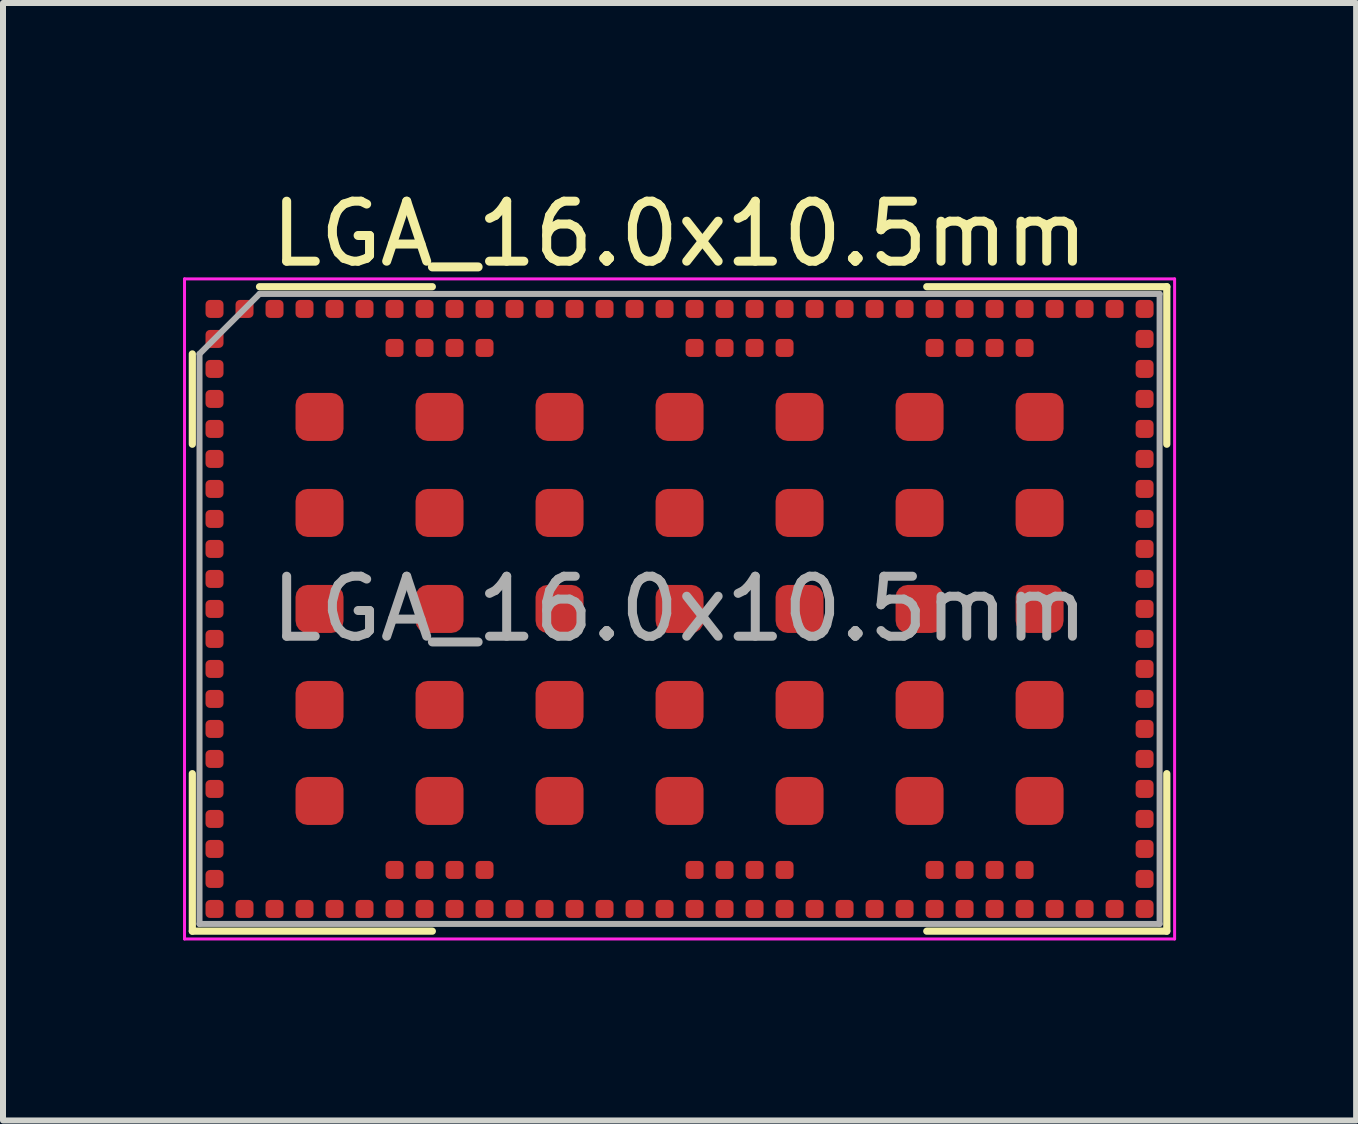
<source format=kicad_pcb>
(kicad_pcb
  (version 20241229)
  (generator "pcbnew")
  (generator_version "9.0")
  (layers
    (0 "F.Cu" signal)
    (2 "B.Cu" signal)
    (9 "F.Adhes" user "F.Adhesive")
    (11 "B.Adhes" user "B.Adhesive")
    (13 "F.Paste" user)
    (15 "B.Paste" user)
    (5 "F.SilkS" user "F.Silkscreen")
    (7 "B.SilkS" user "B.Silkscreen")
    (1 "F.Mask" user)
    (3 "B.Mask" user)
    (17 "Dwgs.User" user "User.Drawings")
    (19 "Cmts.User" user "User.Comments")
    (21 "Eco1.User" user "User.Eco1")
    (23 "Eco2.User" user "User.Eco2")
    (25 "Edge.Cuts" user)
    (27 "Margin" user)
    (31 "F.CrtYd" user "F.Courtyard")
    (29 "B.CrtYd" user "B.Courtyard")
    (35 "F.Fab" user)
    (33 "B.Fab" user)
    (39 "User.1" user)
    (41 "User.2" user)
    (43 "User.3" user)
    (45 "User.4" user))
  (footprint "LGA_16.0x10.5mm"
    (layer "F.Cu")
    (at 8.275 7.098)
    (property "Reference" "LGA_16.0x10.5mm" (at 0 -6.25 0) (layer "F.SilkS") (effects (font (size 1 1) (thickness 0.15))))
    (attr smd)
    (fp_line (start -8.12 -4.25) (end -8.12 -2.745) (stroke (width 0.12) (type default)) (layer "F.SilkS"))
    (fp_line (start -8.12 5.37) (end -8.12 2.745) (stroke (width 0.12) (type default)) (layer "F.SilkS"))
    (fp_line (start -4.12 -5.37) (end -7 -5.37) (stroke (width 0.12) (type default)) (layer "F.SilkS"))
    (fp_line (start -4.12 5.37) (end -8.12 5.37) (stroke (width 0.12) (type default)) (layer "F.SilkS"))
    (fp_line (start 4.12 -5.37) (end 8.12 -5.37) (stroke (width 0.12) (type default)) (layer "F.SilkS"))
    (fp_line (start 4.12 5.37) (end 8.12 5.37) (stroke (width 0.12) (type default)) (layer "F.SilkS"))
    (fp_line (start 8.12 -5.37) (end 8.12 -2.745) (stroke (width 0.12) (type default)) (layer "F.SilkS"))
    (fp_line (start 8.12 5.37) (end 8.12 2.745) (stroke (width 0.12) (type default)) (layer "F.SilkS"))
    (fp_line (start -8.25 -5.5) (end 8.25 -5.5) (stroke (width 0.05) (type default)) (layer "F.CrtYd"))
    (fp_line (start -8.25 5.5) (end -8.25 -5.5) (stroke (width 0.05) (type default)) (layer "F.CrtYd"))
    (fp_line (start 8.25 -5.5) (end 8.25 5.5) (stroke (width 0.05) (type default)) (layer "F.CrtYd"))
    (fp_line (start 8.25 5.5) (end -8.25 5.5) (stroke (width 0.05) (type default)) (layer "F.CrtYd"))
    (fp_line (start -8 -4.25) (end -8 5.25) (stroke (width 0.1) (type default)) (layer "F.Fab"))
    (fp_line (start -8 5.25) (end 8 5.25) (stroke (width 0.1) (type default)) (layer "F.Fab"))
    (fp_line (start -7 -5.25) (end -8 -4.25) (stroke (width 0.1) (type default)) (layer "F.Fab"))
    (fp_line (start 8 -5.25) (end -7 -5.25) (stroke (width 0.1) (type default)) (layer "F.Fab"))
    (fp_line (start 8 5.25) (end 8 -5.25) (stroke (width 0.1) (type default)) (layer "F.Fab"))
    (fp_text user "${REFERENCE}" (at 0 0 0) (layer "F.Fab") (effects (font (size 1 1) (thickness 0.15))))
    (pad "1" smd roundrect (at -7.75 -5) (size 0.3 0.3) (layers "F.Cu" "F.Mask" "F.Paste") (roundrect_rratio 0.25))
    (pad "2" smd roundrect (at -7.75 -4.5) (size 0.3 0.3) (layers "F.Cu" "F.Mask" "F.Paste") (roundrect_rratio 0.25))
    (pad "3" smd roundrect (at -7.75 -4) (size 0.3 0.3) (layers "F.Cu" "F.Mask" "F.Paste") (roundrect_rratio 0.25))
    (pad "4" smd roundrect (at -7.75 -3.5) (size 0.3 0.3) (layers "F.Cu" "F.Mask" "F.Paste") (roundrect_rratio 0.25))
    (pad "5" smd roundrect (at -7.75 -3) (size 0.3 0.3) (layers "F.Cu" "F.Mask" "F.Paste") (roundrect_rratio 0.25))
    (pad "6" smd roundrect (at -7.75 -2.5) (size 0.3 0.3) (layers "F.Cu" "F.Mask" "F.Paste") (roundrect_rratio 0.25))
    (pad "7" smd roundrect (at -7.75 -2) (size 0.3 0.3) (layers "F.Cu" "F.Mask" "F.Paste") (roundrect_rratio 0.25))
    (pad "8" smd roundrect (at -7.75 -1.5) (size 0.3 0.3) (layers "F.Cu" "F.Mask" "F.Paste") (roundrect_rratio 0.25))
    (pad "9" smd roundrect (at -7.75 -1) (size 0.3 0.3) (layers "F.Cu" "F.Mask" "F.Paste") (roundrect_rratio 0.25))
    (pad "10" smd roundrect (at -7.75 -0.5) (size 0.3 0.3) (layers "F.Cu" "F.Mask" "F.Paste") (roundrect_rratio 0.25))
    (pad "11" smd roundrect (at -7.75 0) (size 0.3 0.3) (layers "F.Cu" "F.Mask" "F.Paste") (roundrect_rratio 0.25))
    (pad "12" smd roundrect (at -7.75 0.5) (size 0.3 0.3) (layers "F.Cu" "F.Mask" "F.Paste") (roundrect_rratio 0.25))
    (pad "13" smd roundrect (at -7.75 1) (size 0.3 0.3) (layers "F.Cu" "F.Mask" "F.Paste") (roundrect_rratio 0.25))
    (pad "14" smd roundrect (at -7.75 1.5) (size 0.3 0.3) (layers "F.Cu" "F.Mask" "F.Paste") (roundrect_rratio 0.25))
    (pad "15" smd roundrect (at -7.75 2) (size 0.3 0.3) (layers "F.Cu" "F.Mask" "F.Paste") (roundrect_rratio 0.25))
    (pad "16" smd roundrect (at -7.75 2.5) (size 0.3 0.3) (layers "F.Cu" "F.Mask" "F.Paste") (roundrect_rratio 0.25))
    (pad "17" smd roundrect (at -7.75 3) (size 0.3 0.3) (layers "F.Cu" "F.Mask" "F.Paste") (roundrect_rratio 0.25))
    (pad "18" smd roundrect (at -7.75 3.5) (size 0.3 0.3) (layers "F.Cu" "F.Mask" "F.Paste") (roundrect_rratio 0.25))
    (pad "19" smd roundrect (at -7.75 4) (size 0.3 0.3) (layers "F.Cu" "F.Mask" "F.Paste") (roundrect_rratio 0.25))
    (pad "20" smd roundrect (at -7.75 4.5) (size 0.3 0.3) (layers "F.Cu" "F.Mask" "F.Paste") (roundrect_rratio 0.25))
    (pad "21" smd roundrect (at -7.75 5) (size 0.3 0.3) (layers "F.Cu" "F.Mask" "F.Paste") (roundrect_rratio 0.25))
    (pad "22" smd roundrect (at -7.25 5) (size 0.3 0.3) (layers "F.Cu" "F.Mask" "F.Paste") (roundrect_rratio 0.25))
    (pad "23" smd roundrect (at -6.75 5) (size 0.3 0.3) (layers "F.Cu" "F.Mask" "F.Paste") (roundrect_rratio 0.25))
    (pad "24" smd roundrect (at -6.25 5) (size 0.3 0.3) (layers "F.Cu" "F.Mask" "F.Paste") (roundrect_rratio 0.25))
    (pad "25" smd roundrect (at -5.75 5) (size 0.3 0.3) (layers "F.Cu" "F.Mask" "F.Paste") (roundrect_rratio 0.25))
    (pad "26" smd roundrect (at -5.25 5) (size 0.3 0.3) (layers "F.Cu" "F.Mask" "F.Paste") (roundrect_rratio 0.25))
    (pad "27" smd roundrect (at -4.75 5) (size 0.3 0.3) (layers "F.Cu" "F.Mask" "F.Paste") (roundrect_rratio 0.25))
    (pad "28" smd roundrect (at -4.25 5) (size 0.3 0.3) (layers "F.Cu" "F.Mask" "F.Paste") (roundrect_rratio 0.25))
    (pad "29" smd roundrect (at -3.75 5) (size 0.3 0.3) (layers "F.Cu" "F.Mask" "F.Paste") (roundrect_rratio 0.25))
    (pad "30" smd roundrect (at -3.25 5) (size 0.3 0.3) (layers "F.Cu" "F.Mask" "F.Paste") (roundrect_rratio 0.25))
    (pad "31" smd roundrect (at -2.75 5) (size 0.3 0.3) (layers "F.Cu" "F.Mask" "F.Paste") (roundrect_rratio 0.25))
    (pad "32" smd roundrect (at -2.25 5) (size 0.3 0.3) (layers "F.Cu" "F.Mask" "F.Paste") (roundrect_rratio 0.25))
    (pad "33" smd roundrect (at -1.75 5) (size 0.3 0.3) (layers "F.Cu" "F.Mask" "F.Paste") (roundrect_rratio 0.25))
    (pad "34" smd roundrect (at -1.25 5) (size 0.3 0.3) (layers "F.Cu" "F.Mask" "F.Paste") (roundrect_rratio 0.25))
    (pad "35" smd roundrect (at -0.75 5) (size 0.3 0.3) (layers "F.Cu" "F.Mask" "F.Paste") (roundrect_rratio 0.25))
    (pad "36" smd roundrect (at -0.25 5) (size 0.3 0.3) (layers "F.Cu" "F.Mask" "F.Paste") (roundrect_rratio 0.25))
    (pad "37" smd roundrect (at 0.25 5) (size 0.3 0.3) (layers "F.Cu" "F.Mask" "F.Paste") (roundrect_rratio 0.25))
    (pad "38" smd roundrect (at 0.75 5) (size 0.3 0.3) (layers "F.Cu" "F.Mask" "F.Paste") (roundrect_rratio 0.25))
    (pad "39" smd roundrect (at 1.25 5) (size 0.3 0.3) (layers "F.Cu" "F.Mask" "F.Paste") (roundrect_rratio 0.25))
    (pad "40" smd roundrect (at 1.75 5) (size 0.3 0.3) (layers "F.Cu" "F.Mask" "F.Paste") (roundrect_rratio 0.25))
    (pad "41" smd roundrect (at 2.25 5) (size 0.3 0.3) (layers "F.Cu" "F.Mask" "F.Paste") (roundrect_rratio 0.25))
    (pad "42" smd roundrect (at 2.75 5) (size 0.3 0.3) (layers "F.Cu" "F.Mask" "F.Paste") (roundrect_rratio 0.25))
    (pad "43" smd roundrect (at 3.25 5) (size 0.3 0.3) (layers "F.Cu" "F.Mask" "F.Paste") (roundrect_rratio 0.25))
    (pad "44" smd roundrect (at 3.75 5) (size 0.3 0.3) (layers "F.Cu" "F.Mask" "F.Paste") (roundrect_rratio 0.25))
    (pad "45" smd roundrect (at 4.25 5) (size 0.3 0.3) (layers "F.Cu" "F.Mask" "F.Paste") (roundrect_rratio 0.25))
    (pad "46" smd roundrect (at 4.75 5) (size 0.3 0.3) (layers "F.Cu" "F.Mask" "F.Paste") (roundrect_rratio 0.25))
    (pad "47" smd roundrect (at 5.25 5) (size 0.3 0.3) (layers "F.Cu" "F.Mask" "F.Paste") (roundrect_rratio 0.25))
    (pad "48" smd roundrect (at 5.75 5) (size 0.3 0.3) (layers "F.Cu" "F.Mask" "F.Paste") (roundrect_rratio 0.25))
    (pad "49" smd roundrect (at 6.25 5) (size 0.3 0.3) (layers "F.Cu" "F.Mask" "F.Paste") (roundrect_rratio 0.25))
    (pad "50" smd roundrect (at 6.75 5) (size 0.3 0.3) (layers "F.Cu" "F.Mask" "F.Paste") (roundrect_rratio 0.25))
    (pad "51" smd roundrect (at 7.25 5) (size 0.3 0.3) (layers "F.Cu" "F.Mask" "F.Paste") (roundrect_rratio 0.25))
    (pad "52" smd roundrect (at 7.75 5) (size 0.3 0.3) (layers "F.Cu" "F.Mask" "F.Paste") (roundrect_rratio 0.25))
    (pad "53" smd roundrect (at 7.75 4.5) (size 0.3 0.3) (layers "F.Cu" "F.Mask" "F.Paste") (roundrect_rratio 0.25))
    (pad "54" smd roundrect (at 7.75 4) (size 0.3 0.3) (layers "F.Cu" "F.Mask" "F.Paste") (roundrect_rratio 0.25))
    (pad "55" smd roundrect (at 7.75 3.5) (size 0.3 0.3) (layers "F.Cu" "F.Mask" "F.Paste") (roundrect_rratio 0.25))
    (pad "56" smd roundrect (at 7.75 3) (size 0.3 0.3) (layers "F.Cu" "F.Mask" "F.Paste") (roundrect_rratio 0.25))
    (pad "57" smd roundrect (at 7.75 2.5) (size 0.3 0.3) (layers "F.Cu" "F.Mask" "F.Paste") (roundrect_rratio 0.25))
    (pad "58" smd roundrect (at 7.75 2) (size 0.3 0.3) (layers "F.Cu" "F.Mask" "F.Paste") (roundrect_rratio 0.25))
    (pad "59" smd roundrect (at 7.75 1.5) (size 0.3 0.3) (layers "F.Cu" "F.Mask" "F.Paste") (roundrect_rratio 0.25))
    (pad "60" smd roundrect (at 7.75 1) (size 0.3 0.3) (layers "F.Cu" "F.Mask" "F.Paste") (roundrect_rratio 0.25))
    (pad "61" smd roundrect (at 7.75 0.5) (size 0.3 0.3) (layers "F.Cu" "F.Mask" "F.Paste") (roundrect_rratio 0.25))
    (pad "62" smd roundrect (at 7.75 0) (size 0.3 0.3) (layers "F.Cu" "F.Mask" "F.Paste") (roundrect_rratio 0.25))
    (pad "63" smd roundrect (at 7.75 -0.5) (size 0.3 0.3) (layers "F.Cu" "F.Mask" "F.Paste") (roundrect_rratio 0.25))
    (pad "64" smd roundrect (at 7.75 -1) (size 0.3 0.3) (layers "F.Cu" "F.Mask" "F.Paste") (roundrect_rratio 0.25))
    (pad "65" smd roundrect (at 7.75 -1.5) (size 0.3 0.3) (layers "F.Cu" "F.Mask" "F.Paste") (roundrect_rratio 0.25))
    (pad "66" smd roundrect (at 7.75 -2) (size 0.3 0.3) (layers "F.Cu" "F.Mask" "F.Paste") (roundrect_rratio 0.25))
    (pad "67" smd roundrect (at 7.75 -2.5) (size 0.3 0.3) (layers "F.Cu" "F.Mask" "F.Paste") (roundrect_rratio 0.25))
    (pad "68" smd roundrect (at 7.75 -3) (size 0.3 0.3) (layers "F.Cu" "F.Mask" "F.Paste") (roundrect_rratio 0.25))
    (pad "69" smd roundrect (at 7.75 -3.5) (size 0.3 0.3) (layers "F.Cu" "F.Mask" "F.Paste") (roundrect_rratio 0.25))
    (pad "70" smd roundrect (at 7.75 -4) (size 0.3 0.3) (layers "F.Cu" "F.Mask" "F.Paste") (roundrect_rratio 0.25))
    (pad "71" smd roundrect (at 7.75 -4.5) (size 0.3 0.3) (layers "F.Cu" "F.Mask" "F.Paste") (roundrect_rratio 0.25))
    (pad "72" smd roundrect (at 7.75 -5) (size 0.3 0.3) (layers "F.Cu" "F.Mask" "F.Paste") (roundrect_rratio 0.25))
    (pad "73" smd roundrect (at 7.25 -5) (size 0.3 0.3) (layers "F.Cu" "F.Mask" "F.Paste") (roundrect_rratio 0.25))
    (pad "74" smd roundrect (at 6.75 -5) (size 0.3 0.3) (layers "F.Cu" "F.Mask" "F.Paste") (roundrect_rratio 0.25))
    (pad "75" smd roundrect (at 6.25 -5) (size 0.3 0.3) (layers "F.Cu" "F.Mask" "F.Paste") (roundrect_rratio 0.25))
    (pad "76" smd roundrect (at 5.75 -5) (size 0.3 0.3) (layers "F.Cu" "F.Mask" "F.Paste") (roundrect_rratio 0.25))
    (pad "77" smd roundrect (at 5.25 -5) (size 0.3 0.3) (layers "F.Cu" "F.Mask" "F.Paste") (roundrect_rratio 0.25))
    (pad "78" smd roundrect (at 4.75 -5) (size 0.3 0.3) (layers "F.Cu" "F.Mask" "F.Paste") (roundrect_rratio 0.25))
    (pad "79" smd roundrect (at 4.25 -5) (size 0.3 0.3) (layers "F.Cu" "F.Mask" "F.Paste") (roundrect_rratio 0.25))
    (pad "80" smd roundrect (at 3.75 -5) (size 0.3 0.3) (layers "F.Cu" "F.Mask" "F.Paste") (roundrect_rratio 0.25))
    (pad "81" smd roundrect (at 3.25 -5) (size 0.3 0.3) (layers "F.Cu" "F.Mask" "F.Paste") (roundrect_rratio 0.25))
    (pad "82" smd roundrect (at 2.75 -5) (size 0.3 0.3) (layers "F.Cu" "F.Mask" "F.Paste") (roundrect_rratio 0.25))
    (pad "83" smd roundrect (at 2.25 -5) (size 0.3 0.3) (layers "F.Cu" "F.Mask" "F.Paste") (roundrect_rratio 0.25))
    (pad "84" smd roundrect (at 1.75 -5) (size 0.3 0.3) (layers "F.Cu" "F.Mask" "F.Paste") (roundrect_rratio 0.25))
    (pad "85" smd roundrect (at 1.25 -5) (size 0.3 0.3) (layers "F.Cu" "F.Mask" "F.Paste") (roundrect_rratio 0.25))
    (pad "86" smd roundrect (at 0.75 -5) (size 0.3 0.3) (layers "F.Cu" "F.Mask" "F.Paste") (roundrect_rratio 0.25))
    (pad "87" smd roundrect (at 0.25 -5) (size 0.3 0.3) (layers "F.Cu" "F.Mask" "F.Paste") (roundrect_rratio 0.25))
    (pad "88" smd roundrect (at -0.25 -5) (size 0.3 0.3) (layers "F.Cu" "F.Mask" "F.Paste") (roundrect_rratio 0.25))
    (pad "89" smd roundrect (at -0.75 -5) (size 0.3 0.3) (layers "F.Cu" "F.Mask" "F.Paste") (roundrect_rratio 0.25))
    (pad "90" smd roundrect (at -1.25 -5) (size 0.3 0.3) (layers "F.Cu" "F.Mask" "F.Paste") (roundrect_rratio 0.25))
    (pad "91" smd roundrect (at -1.75 -5) (size 0.3 0.3) (layers "F.Cu" "F.Mask" "F.Paste") (roundrect_rratio 0.25))
    (pad "92" smd roundrect (at -2.25 -5) (size 0.3 0.3) (layers "F.Cu" "F.Mask" "F.Paste") (roundrect_rratio 0.25))
    (pad "93" smd roundrect (at -2.75 -5) (size 0.3 0.3) (layers "F.Cu" "F.Mask" "F.Paste") (roundrect_rratio 0.25))
    (pad "94" smd roundrect (at -3.25 -5) (size 0.3 0.3) (layers "F.Cu" "F.Mask" "F.Paste") (roundrect_rratio 0.25))
    (pad "95" smd roundrect (at -3.75 -5) (size 0.3 0.3) (layers "F.Cu" "F.Mask" "F.Paste") (roundrect_rratio 0.25))
    (pad "96" smd roundrect (at -4.25 -5) (size 0.3 0.3) (layers "F.Cu" "F.Mask" "F.Paste") (roundrect_rratio 0.25))
    (pad "97" smd roundrect (at -4.75 -5) (size 0.3 0.3) (layers "F.Cu" "F.Mask" "F.Paste") (roundrect_rratio 0.25))
    (pad "98" smd roundrect (at -5.25 -5) (size 0.3 0.3) (layers "F.Cu" "F.Mask" "F.Paste") (roundrect_rratio 0.25))
    (pad "99" smd roundrect (at -5.75 -5) (size 0.3 0.3) (layers "F.Cu" "F.Mask" "F.Paste") (roundrect_rratio 0.25))
    (pad "100" smd roundrect (at -6.25 -5) (size 0.3 0.3) (layers "F.Cu" "F.Mask" "F.Paste") (roundrect_rratio 0.25))
    (pad "101" smd roundrect (at -6.75 -5) (size 0.3 0.3) (layers "F.Cu" "F.Mask" "F.Paste") (roundrect_rratio 0.25))
    (pad "102" smd roundrect (at -7.25 -5) (size 0.3 0.3) (layers "F.Cu" "F.Mask" "F.Paste") (roundrect_rratio 0.25))
    (pad "103" smd roundrect (at -6 -3.2) (size 0.8 0.8) (layers "F.Cu" "F.Mask" "F.Paste") (roundrect_rratio 0.25))
    (pad "103" smd roundrect (at -6 -1.6) (size 0.8 0.8) (layers "F.Cu" "F.Mask" "F.Paste") (roundrect_rratio 0.25))
    (pad "103" smd roundrect (at -6 0) (size 0.8 0.8) (layers "F.Cu" "F.Mask" "F.Paste") (roundrect_rratio 0.25))
    (pad "103" smd roundrect (at -6 1.6) (size 0.8 0.8) (layers "F.Cu" "F.Mask" "F.Paste") (roundrect_rratio 0.25))
    (pad "103" smd roundrect (at -6 3.2) (size 0.8 0.8) (layers "F.Cu" "F.Mask" "F.Paste") (roundrect_rratio 0.25))
    (pad "103" smd roundrect (at -4 -3.2) (size 0.8 0.8) (layers "F.Cu" "F.Mask" "F.Paste") (roundrect_rratio 0.25))
    (pad "103" smd roundrect (at -4 -1.6) (size 0.8 0.8) (layers "F.Cu" "F.Mask" "F.Paste") (roundrect_rratio 0.25))
    (pad "103" smd roundrect (at -4 0) (size 0.8 0.8) (layers "F.Cu" "F.Mask" "F.Paste") (roundrect_rratio 0.25))
    (pad "103" smd roundrect (at -4 1.6) (size 0.8 0.8) (layers "F.Cu" "F.Mask" "F.Paste") (roundrect_rratio 0.25))
    (pad "103" smd roundrect (at -4 3.2) (size 0.8 0.8) (layers "F.Cu" "F.Mask" "F.Paste") (roundrect_rratio 0.25))
    (pad "103" smd roundrect (at -2 -3.2) (size 0.8 0.8) (layers "F.Cu" "F.Mask" "F.Paste") (roundrect_rratio 0.25))
    (pad "103" smd roundrect (at -2 -1.6) (size 0.8 0.8) (layers "F.Cu" "F.Mask" "F.Paste") (roundrect_rratio 0.25))
    (pad "103" smd roundrect (at -2 0) (size 0.8 0.8) (layers "F.Cu" "F.Mask" "F.Paste") (roundrect_rratio 0.25))
    (pad "103" smd roundrect (at -2 1.6) (size 0.8 0.8) (layers "F.Cu" "F.Mask" "F.Paste") (roundrect_rratio 0.25))
    (pad "103" smd roundrect (at -2 3.2) (size 0.8 0.8) (layers "F.Cu" "F.Mask" "F.Paste") (roundrect_rratio 0.25))
    (pad "103" smd roundrect (at 0 -3.2) (size 0.8 0.8) (layers "F.Cu" "F.Mask" "F.Paste") (roundrect_rratio 0.25))
    (pad "103" smd roundrect (at 0 -1.6) (size 0.8 0.8) (layers "F.Cu" "F.Mask" "F.Paste") (roundrect_rratio 0.25))
    (pad "103" smd roundrect (at 0 0) (size 0.8 0.8) (layers "F.Cu" "F.Mask" "F.Paste") (roundrect_rratio 0.25))
    (pad "103" smd roundrect (at 0 1.6) (size 0.8 0.8) (layers "F.Cu" "F.Mask" "F.Paste") (roundrect_rratio 0.25))
    (pad "103" smd roundrect (at 0 3.2) (size 0.8 0.8) (layers "F.Cu" "F.Mask" "F.Paste") (roundrect_rratio 0.25))
    (pad "103" smd roundrect (at 2 -3.2) (size 0.8 0.8) (layers "F.Cu" "F.Mask" "F.Paste") (roundrect_rratio 0.25))
    (pad "103" smd roundrect (at 2 -1.6) (size 0.8 0.8) (layers "F.Cu" "F.Mask" "F.Paste") (roundrect_rratio 0.25))
    (pad "103" smd roundrect (at 2 0) (size 0.8 0.8) (layers "F.Cu" "F.Mask" "F.Paste") (roundrect_rratio 0.25))
    (pad "103" smd roundrect (at 2 1.6) (size 0.8 0.8) (layers "F.Cu" "F.Mask" "F.Paste") (roundrect_rratio 0.25))
    (pad "103" smd roundrect (at 2 3.2) (size 0.8 0.8) (layers "F.Cu" "F.Mask" "F.Paste") (roundrect_rratio 0.25))
    (pad "103" smd roundrect (at 4 -3.2) (size 0.8 0.8) (layers "F.Cu" "F.Mask" "F.Paste") (roundrect_rratio 0.25))
    (pad "103" smd roundrect (at 4 -1.6) (size 0.8 0.8) (layers "F.Cu" "F.Mask" "F.Paste") (roundrect_rratio 0.25))
    (pad "103" smd roundrect (at 4 0) (size 0.8 0.8) (layers "F.Cu" "F.Mask" "F.Paste") (roundrect_rratio 0.25))
    (pad "103" smd roundrect (at 4 1.6) (size 0.8 0.8) (layers "F.Cu" "F.Mask" "F.Paste") (roundrect_rratio 0.25))
    (pad "103" smd roundrect (at 4 3.2) (size 0.8 0.8) (layers "F.Cu" "F.Mask" "F.Paste") (roundrect_rratio 0.25))
    (pad "103" smd roundrect (at 6 -3.2) (size 0.8 0.8) (layers "F.Cu" "F.Mask" "F.Paste") (roundrect_rratio 0.25))
    (pad "103" smd roundrect (at 6 -1.6) (size 0.8 0.8) (layers "F.Cu" "F.Mask" "F.Paste") (roundrect_rratio 0.25))
    (pad "103" smd roundrect (at 6 0) (size 0.8 0.8) (layers "F.Cu" "F.Mask" "F.Paste") (roundrect_rratio 0.25))
    (pad "103" smd roundrect (at 6 1.6) (size 0.8 0.8) (layers "F.Cu" "F.Mask" "F.Paste") (roundrect_rratio 0.25))
    (pad "103" smd roundrect (at 6 3.2) (size 0.8 0.8) (layers "F.Cu" "F.Mask" "F.Paste") (roundrect_rratio 0.25))
    (pad "104" smd roundrect (at -4.75 4.35) (size 0.3 0.3) (layers "F.Cu" "F.Mask" "F.Paste") (roundrect_rratio 0.25))
    (pad "105" smd roundrect (at -4.25 4.35) (size 0.3 0.3) (layers "F.Cu" "F.Mask" "F.Paste") (roundrect_rratio 0.25))
    (pad "106" smd roundrect (at -3.75 4.35) (size 0.3 0.3) (layers "F.Cu" "F.Mask" "F.Paste") (roundrect_rratio 0.25))
    (pad "107" smd roundrect (at -3.25 4.35) (size 0.3 0.3) (layers "F.Cu" "F.Mask" "F.Paste") (roundrect_rratio 0.25))
    (pad "108" smd roundrect (at 0.25 4.35) (size 0.3 0.3) (layers "F.Cu" "F.Mask" "F.Paste") (roundrect_rratio 0.25))
    (pad "109" smd roundrect (at 0.75 4.35) (size 0.3 0.3) (layers "F.Cu" "F.Mask" "F.Paste") (roundrect_rratio 0.25))
    (pad "110" smd roundrect (at 1.25 4.35) (size 0.3 0.3) (layers "F.Cu" "F.Mask" "F.Paste") (roundrect_rratio 0.25))
    (pad "111" smd roundrect (at 1.75 4.35) (size 0.3 0.3) (layers "F.Cu" "F.Mask" "F.Paste") (roundrect_rratio 0.25))
    (pad "112" smd roundrect (at 4.25 4.35) (size 0.3 0.3) (layers "F.Cu" "F.Mask" "F.Paste") (roundrect_rratio 0.25))
    (pad "113" smd roundrect (at 4.75 4.35) (size 0.3 0.3) (layers "F.Cu" "F.Mask" "F.Paste") (roundrect_rratio 0.25))
    (pad "114" smd roundrect (at 5.25 4.35) (size 0.3 0.3) (layers "F.Cu" "F.Mask" "F.Paste") (roundrect_rratio 0.25))
    (pad "115" smd roundrect (at 5.75 4.35) (size 0.3 0.3) (layers "F.Cu" "F.Mask" "F.Paste") (roundrect_rratio 0.25))
    (pad "116" smd roundrect (at 5.75 -4.35) (size 0.3 0.3) (layers "F.Cu" "F.Mask" "F.Paste") (roundrect_rratio 0.25))
    (pad "117" smd roundrect (at 5.25 -4.35) (size 0.3 0.3) (layers "F.Cu" "F.Mask" "F.Paste") (roundrect_rratio 0.25))
    (pad "118" smd roundrect (at 4.75 -4.35) (size 0.3 0.3) (layers "F.Cu" "F.Mask" "F.Paste") (roundrect_rratio 0.25))
    (pad "119" smd roundrect (at 4.25 -4.35) (size 0.3 0.3) (layers "F.Cu" "F.Mask" "F.Paste") (roundrect_rratio 0.25))
    (pad "120" smd roundrect (at 1.75 -4.35) (size 0.3 0.3) (layers "F.Cu" "F.Mask" "F.Paste") (roundrect_rratio 0.25))
    (pad "121" smd roundrect (at 1.25 -4.35) (size 0.3 0.3) (layers "F.Cu" "F.Mask" "F.Paste") (roundrect_rratio 0.25))
    (pad "122" smd roundrect (at 0.75 -4.35) (size 0.3 0.3) (layers "F.Cu" "F.Mask" "F.Paste") (roundrect_rratio 0.25))
    (pad "123" smd roundrect (at 0.25 -4.35) (size 0.3 0.3) (layers "F.Cu" "F.Mask" "F.Paste") (roundrect_rratio 0.25))
    (pad "124" smd roundrect (at -3.25 -4.35) (size 0.3 0.3) (layers "F.Cu" "F.Mask" "F.Paste") (roundrect_rratio 0.25))
    (pad "125" smd roundrect (at -3.75 -4.35) (size 0.3 0.3) (layers "F.Cu" "F.Mask" "F.Paste") (roundrect_rratio 0.25))
    (pad "126" smd roundrect (at -4.25 -4.35) (size 0.3 0.3) (layers "F.Cu" "F.Mask" "F.Paste") (roundrect_rratio 0.25))
    (pad "127" smd roundrect (at -4.75 -4.35) (size 0.3 0.3) (layers "F.Cu" "F.Mask" "F.Paste") (roundrect_rratio 0.25)))
  (gr_rect
    (start -3 -3)
    (end 19.55 15.623)
    (stroke (width 0.1) (type default))
    (fill no)
    (layer "Edge.Cuts")))
</source>
